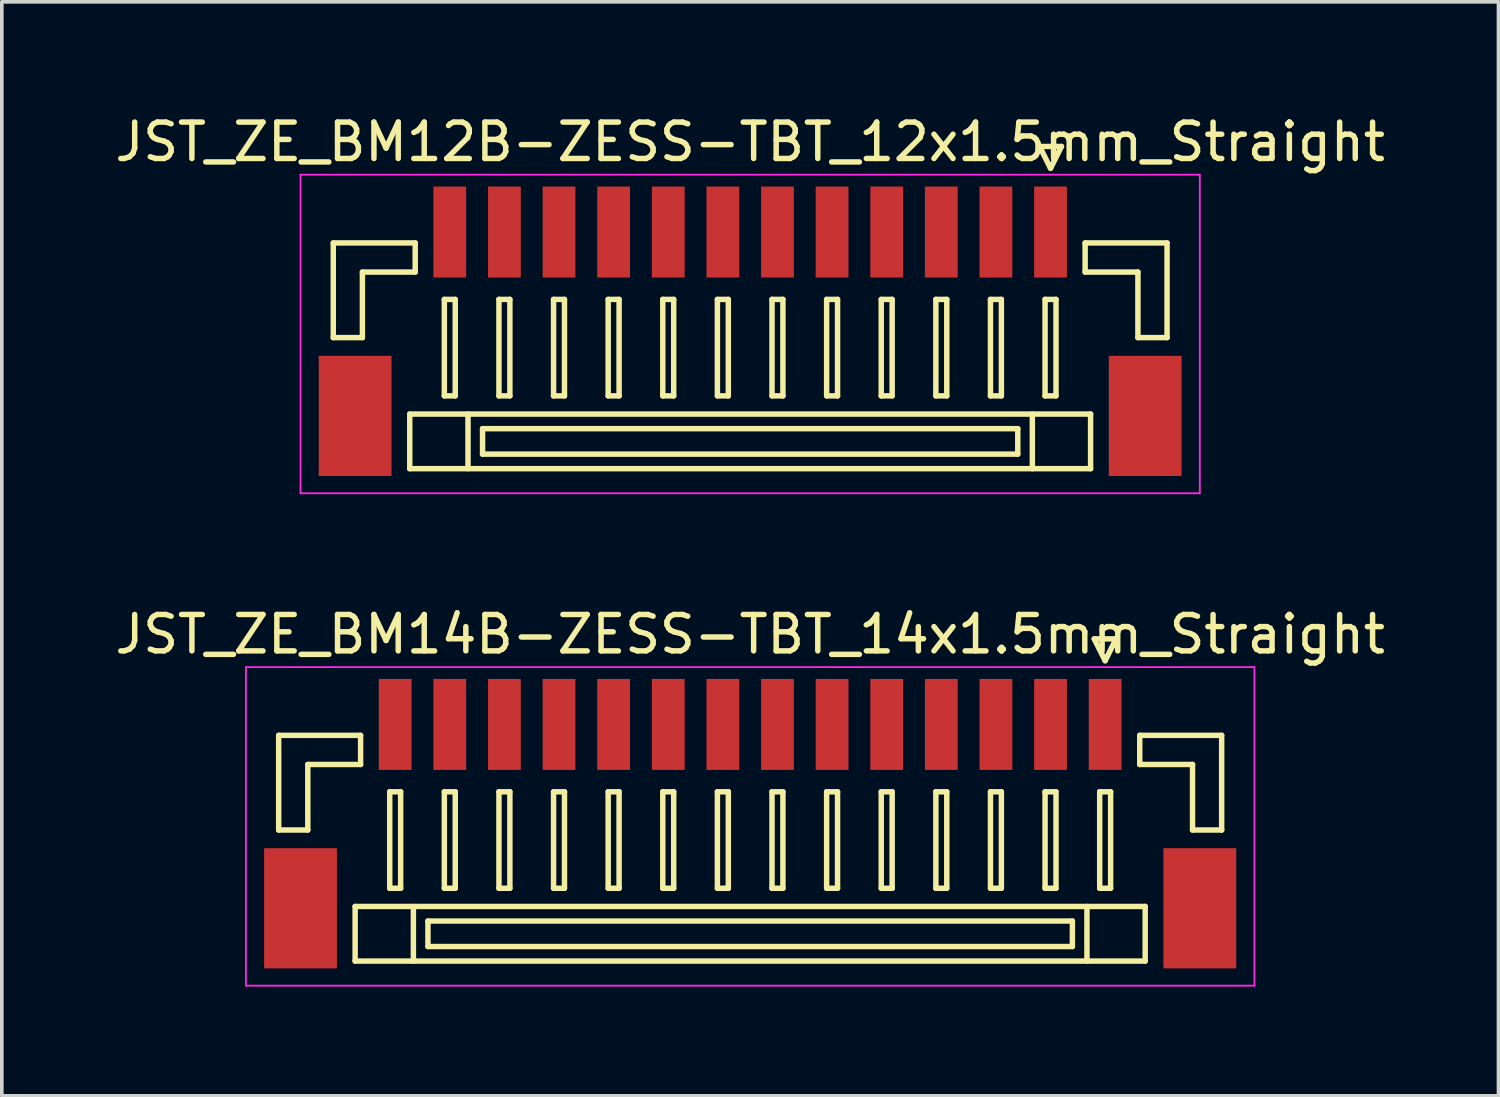
<source format=kicad_pcb>
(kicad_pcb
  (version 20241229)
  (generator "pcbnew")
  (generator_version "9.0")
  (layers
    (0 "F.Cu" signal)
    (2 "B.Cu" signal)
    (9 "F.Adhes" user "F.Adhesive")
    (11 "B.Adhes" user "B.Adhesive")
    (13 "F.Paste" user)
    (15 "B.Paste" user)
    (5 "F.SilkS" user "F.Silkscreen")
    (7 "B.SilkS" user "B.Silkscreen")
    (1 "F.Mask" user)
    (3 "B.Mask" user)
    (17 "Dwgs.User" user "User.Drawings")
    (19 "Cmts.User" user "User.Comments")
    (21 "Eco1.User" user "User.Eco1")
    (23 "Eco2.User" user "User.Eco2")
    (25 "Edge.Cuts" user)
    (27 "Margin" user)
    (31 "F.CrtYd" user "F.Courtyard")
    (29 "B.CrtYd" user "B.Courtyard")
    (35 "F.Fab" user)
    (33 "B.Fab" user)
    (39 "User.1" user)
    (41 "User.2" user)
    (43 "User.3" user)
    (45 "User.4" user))
  (footprint "JST_ZE_BM14B-ZESS-TBT_14x1.5mm_Straight"
    (layer "F.Cu")
    (at 17.554 19.372)
    (property "Reference" "JST_ZE_BM14B-ZESS-TBT_14x1.5mm_Straight" (at 0 -5 0) (layer "F.SilkS") (effects (font (size 1 1) (thickness 0.15))))
    (attr smd)
    (fp_line (start -12.95 -2.225) (end -12.95 0.375) (stroke (width 0.15) (type solid)) (layer "F.SilkS"))
    (fp_line (start -12.95 0.375) (end -12.15 0.375) (stroke (width 0.15) (type solid)) (layer "F.SilkS"))
    (fp_line (start -12.15 -1.425) (end -10.7 -1.425) (stroke (width 0.15) (type solid)) (layer "F.SilkS"))
    (fp_line (start -12.15 0.375) (end -12.15 -1.425) (stroke (width 0.15) (type solid)) (layer "F.SilkS"))
    (fp_line (start -10.85 2.475) (end -10.85 3.975) (stroke (width 0.15) (type solid)) (layer "F.SilkS"))
    (fp_line (start -10.85 3.975) (end 10.85 3.975) (stroke (width 0.15) (type solid)) (layer "F.SilkS"))
    (fp_line (start -10.7 -2.225) (end -12.95 -2.225) (stroke (width 0.15) (type solid)) (layer "F.SilkS"))
    (fp_line (start -10.7 -1.425) (end -10.7 -2.225) (stroke (width 0.15) (type solid)) (layer "F.SilkS"))
    (fp_line (start -9.9 -0.675) (end -9.9 1.975) (stroke (width 0.15) (type solid)) (layer "F.SilkS"))
    (fp_line (start -9.9 1.975) (end -9.6 1.975) (stroke (width 0.15) (type solid)) (layer "F.SilkS"))
    (fp_line (start -9.6 -0.675) (end -9.9 -0.675) (stroke (width 0.15) (type solid)) (layer "F.SilkS"))
    (fp_line (start -9.6 1.975) (end -9.6 -0.675) (stroke (width 0.15) (type solid)) (layer "F.SilkS"))
    (fp_line (start -9.25 2.475) (end -9.25 3.975) (stroke (width 0.15) (type solid)) (layer "F.SilkS"))
    (fp_line (start -8.85 2.875) (end -8.85 3.575) (stroke (width 0.15) (type solid)) (layer "F.SilkS"))
    (fp_line (start -8.85 3.575) (end 8.85 3.575) (stroke (width 0.15) (type solid)) (layer "F.SilkS"))
    (fp_line (start -8.4 -0.675) (end -8.4 1.975) (stroke (width 0.15) (type solid)) (layer "F.SilkS"))
    (fp_line (start -8.4 1.975) (end -8.1 1.975) (stroke (width 0.15) (type solid)) (layer "F.SilkS"))
    (fp_line (start -8.1 -0.675) (end -8.4 -0.675) (stroke (width 0.15) (type solid)) (layer "F.SilkS"))
    (fp_line (start -8.1 1.975) (end -8.1 -0.675) (stroke (width 0.15) (type solid)) (layer "F.SilkS"))
    (fp_line (start -6.9 -0.675) (end -6.9 1.975) (stroke (width 0.15) (type solid)) (layer "F.SilkS"))
    (fp_line (start -6.9 1.975) (end -6.6 1.975) (stroke (width 0.15) (type solid)) (layer "F.SilkS"))
    (fp_line (start -6.6 -0.675) (end -6.9 -0.675) (stroke (width 0.15) (type solid)) (layer "F.SilkS"))
    (fp_line (start -6.6 1.975) (end -6.6 -0.675) (stroke (width 0.15) (type solid)) (layer "F.SilkS"))
    (fp_line (start -5.4 -0.675) (end -5.4 1.975) (stroke (width 0.15) (type solid)) (layer "F.SilkS"))
    (fp_line (start -5.4 1.975) (end -5.1 1.975) (stroke (width 0.15) (type solid)) (layer "F.SilkS"))
    (fp_line (start -5.1 -0.675) (end -5.4 -0.675) (stroke (width 0.15) (type solid)) (layer "F.SilkS"))
    (fp_line (start -5.1 1.975) (end -5.1 -0.675) (stroke (width 0.15) (type solid)) (layer "F.SilkS"))
    (fp_line (start -3.9 -0.675) (end -3.9 1.975) (stroke (width 0.15) (type solid)) (layer "F.SilkS"))
    (fp_line (start -3.9 1.975) (end -3.6 1.975) (stroke (width 0.15) (type solid)) (layer "F.SilkS"))
    (fp_line (start -3.6 -0.675) (end -3.9 -0.675) (stroke (width 0.15) (type solid)) (layer "F.SilkS"))
    (fp_line (start -3.6 1.975) (end -3.6 -0.675) (stroke (width 0.15) (type solid)) (layer "F.SilkS"))
    (fp_line (start -2.4 -0.675) (end -2.4 1.975) (stroke (width 0.15) (type solid)) (layer "F.SilkS"))
    (fp_line (start -2.4 1.975) (end -2.1 1.975) (stroke (width 0.15) (type solid)) (layer "F.SilkS"))
    (fp_line (start -2.1 -0.675) (end -2.4 -0.675) (stroke (width 0.15) (type solid)) (layer "F.SilkS"))
    (fp_line (start -2.1 1.975) (end -2.1 -0.675) (stroke (width 0.15) (type solid)) (layer "F.SilkS"))
    (fp_line (start -0.9 -0.675) (end -0.9 1.975) (stroke (width 0.15) (type solid)) (layer "F.SilkS"))
    (fp_line (start -0.9 1.975) (end -0.6 1.975) (stroke (width 0.15) (type solid)) (layer "F.SilkS"))
    (fp_line (start -0.6 -0.675) (end -0.9 -0.675) (stroke (width 0.15) (type solid)) (layer "F.SilkS"))
    (fp_line (start -0.6 1.975) (end -0.6 -0.675) (stroke (width 0.15) (type solid)) (layer "F.SilkS"))
    (fp_line (start 0.6 -0.675) (end 0.6 1.975) (stroke (width 0.15) (type solid)) (layer "F.SilkS"))
    (fp_line (start 0.6 1.975) (end 0.9 1.975) (stroke (width 0.15) (type solid)) (layer "F.SilkS"))
    (fp_line (start 0.9 -0.675) (end 0.6 -0.675) (stroke (width 0.15) (type solid)) (layer "F.SilkS"))
    (fp_line (start 0.9 1.975) (end 0.9 -0.675) (stroke (width 0.15) (type solid)) (layer "F.SilkS"))
    (fp_line (start 2.1 -0.675) (end 2.1 1.975) (stroke (width 0.15) (type solid)) (layer "F.SilkS"))
    (fp_line (start 2.1 1.975) (end 2.4 1.975) (stroke (width 0.15) (type solid)) (layer "F.SilkS"))
    (fp_line (start 2.4 -0.675) (end 2.1 -0.675) (stroke (width 0.15) (type solid)) (layer "F.SilkS"))
    (fp_line (start 2.4 1.975) (end 2.4 -0.675) (stroke (width 0.15) (type solid)) (layer "F.SilkS"))
    (fp_line (start 3.6 -0.675) (end 3.6 1.975) (stroke (width 0.15) (type solid)) (layer "F.SilkS"))
    (fp_line (start 3.6 1.975) (end 3.9 1.975) (stroke (width 0.15) (type solid)) (layer "F.SilkS"))
    (fp_line (start 3.9 -0.675) (end 3.6 -0.675) (stroke (width 0.15) (type solid)) (layer "F.SilkS"))
    (fp_line (start 3.9 1.975) (end 3.9 -0.675) (stroke (width 0.15) (type solid)) (layer "F.SilkS"))
    (fp_line (start 5.1 -0.675) (end 5.1 1.975) (stroke (width 0.15) (type solid)) (layer "F.SilkS"))
    (fp_line (start 5.1 1.975) (end 5.4 1.975) (stroke (width 0.15) (type solid)) (layer "F.SilkS"))
    (fp_line (start 5.4 -0.675) (end 5.1 -0.675) (stroke (width 0.15) (type solid)) (layer "F.SilkS"))
    (fp_line (start 5.4 1.975) (end 5.4 -0.675) (stroke (width 0.15) (type solid)) (layer "F.SilkS"))
    (fp_line (start 6.6 -0.675) (end 6.6 1.975) (stroke (width 0.15) (type solid)) (layer "F.SilkS"))
    (fp_line (start 6.6 1.975) (end 6.9 1.975) (stroke (width 0.15) (type solid)) (layer "F.SilkS"))
    (fp_line (start 6.9 -0.675) (end 6.6 -0.675) (stroke (width 0.15) (type solid)) (layer "F.SilkS"))
    (fp_line (start 6.9 1.975) (end 6.9 -0.675) (stroke (width 0.15) (type solid)) (layer "F.SilkS"))
    (fp_line (start 8.1 -0.675) (end 8.1 1.975) (stroke (width 0.15) (type solid)) (layer "F.SilkS"))
    (fp_line (start 8.1 1.975) (end 8.4 1.975) (stroke (width 0.15) (type solid)) (layer "F.SilkS"))
    (fp_line (start 8.4 -0.675) (end 8.1 -0.675) (stroke (width 0.15) (type solid)) (layer "F.SilkS"))
    (fp_line (start 8.4 1.975) (end 8.4 -0.675) (stroke (width 0.15) (type solid)) (layer "F.SilkS"))
    (fp_line (start 8.85 2.875) (end -8.85 2.875) (stroke (width 0.15) (type solid)) (layer "F.SilkS"))
    (fp_line (start 8.85 3.575) (end 8.85 2.875) (stroke (width 0.15) (type solid)) (layer "F.SilkS"))
    (fp_line (start 9.25 2.475) (end 9.25 3.975) (stroke (width 0.15) (type solid)) (layer "F.SilkS"))
    (fp_line (start 9.45 -4.875) (end 9.75 -4.275) (stroke (width 0.15) (type solid)) (layer "F.SilkS"))
    (fp_line (start 9.6 -0.675) (end 9.6 1.975) (stroke (width 0.15) (type solid)) (layer "F.SilkS"))
    (fp_line (start 9.6 1.975) (end 9.9 1.975) (stroke (width 0.15) (type solid)) (layer "F.SilkS"))
    (fp_line (start 9.75 -4.275) (end 10.05 -4.875) (stroke (width 0.15) (type solid)) (layer "F.SilkS"))
    (fp_line (start 9.9 -0.675) (end 9.6 -0.675) (stroke (width 0.15) (type solid)) (layer "F.SilkS"))
    (fp_line (start 9.9 1.975) (end 9.9 -0.675) (stroke (width 0.15) (type solid)) (layer "F.SilkS"))
    (fp_line (start 10.05 -4.875) (end 9.45 -4.875) (stroke (width 0.15) (type solid)) (layer "F.SilkS"))
    (fp_line (start 10.7 -2.225) (end 12.95 -2.225) (stroke (width 0.15) (type solid)) (layer "F.SilkS"))
    (fp_line (start 10.7 -1.425) (end 10.7 -2.225) (stroke (width 0.15) (type solid)) (layer "F.SilkS"))
    (fp_line (start 10.85 2.475) (end -10.85 2.475) (stroke (width 0.15) (type solid)) (layer "F.SilkS"))
    (fp_line (start 10.85 3.975) (end 10.85 2.475) (stroke (width 0.15) (type solid)) (layer "F.SilkS"))
    (fp_line (start 12.15 -1.425) (end 10.7 -1.425) (stroke (width 0.15) (type solid)) (layer "F.SilkS"))
    (fp_line (start 12.15 0.375) (end 12.15 -1.425) (stroke (width 0.15) (type solid)) (layer "F.SilkS"))
    (fp_line (start 12.95 -2.225) (end 12.95 0.375) (stroke (width 0.15) (type solid)) (layer "F.SilkS"))
    (fp_line (start 12.95 0.375) (end 12.15 0.375) (stroke (width 0.15) (type solid)) (layer "F.SilkS"))
    (fp_line (start -13.85 -4.1) (end -13.85 4.65) (stroke (width 0.05) (type solid)) (layer "F.CrtYd"))
    (fp_line (start -13.85 4.65) (end 13.85 4.65) (stroke (width 0.05) (type solid)) (layer "F.CrtYd"))
    (fp_line (start 13.85 -4.1) (end -13.85 -4.1) (stroke (width 0.05) (type solid)) (layer "F.CrtYd"))
    (fp_line (start 13.85 4.65) (end 13.85 -4.1) (stroke (width 0.05) (type solid)) (layer "F.CrtYd"))
    (pad "" smd rect (at -12.35 2.525) (size 2 3.3) (layers "F.Cu" "F.Mask" "F.Paste"))
    (pad "" smd rect (at 12.35 2.525) (size 2 3.3) (layers "F.Cu" "F.Mask" "F.Paste"))
    (pad "1" smd rect (at 9.75 -2.525) (size 0.9 2.5) (layers "F.Cu" "F.Mask" "F.Paste"))
    (pad "2" smd rect (at 8.25 -2.525) (size 0.9 2.5) (layers "F.Cu" "F.Mask" "F.Paste"))
    (pad "3" smd rect (at 6.75 -2.525) (size 0.9 2.5) (layers "F.Cu" "F.Mask" "F.Paste"))
    (pad "4" smd rect (at 5.25 -2.525) (size 0.9 2.5) (layers "F.Cu" "F.Mask" "F.Paste"))
    (pad "5" smd rect (at 3.75 -2.525) (size 0.9 2.5) (layers "F.Cu" "F.Mask" "F.Paste"))
    (pad "6" smd rect (at 2.25 -2.525) (size 0.9 2.5) (layers "F.Cu" "F.Mask" "F.Paste"))
    (pad "7" smd rect (at 0.75 -2.525) (size 0.9 2.5) (layers "F.Cu" "F.Mask" "F.Paste"))
    (pad "8" smd rect (at -0.75 -2.525) (size 0.9 2.5) (layers "F.Cu" "F.Mask" "F.Paste"))
    (pad "9" smd rect (at -2.25 -2.525) (size 0.9 2.5) (layers "F.Cu" "F.Mask" "F.Paste"))
    (pad "10" smd rect (at -3.75 -2.525) (size 0.9 2.5) (layers "F.Cu" "F.Mask" "F.Paste"))
    (pad "11" smd rect (at -5.25 -2.525) (size 0.9 2.5) (layers "F.Cu" "F.Mask" "F.Paste"))
    (pad "12" smd rect (at -6.75 -2.525) (size 0.9 2.5) (layers "F.Cu" "F.Mask" "F.Paste"))
    (pad "13" smd rect (at -8.25 -2.525) (size 0.9 2.5) (layers "F.Cu" "F.Mask" "F.Paste"))
    (pad "14" smd rect (at -9.75 -2.525) (size 0.9 2.5) (layers "F.Cu" "F.Mask" "F.Paste")))
  (footprint "JST_ZE_BM12B-ZESS-TBT_12x1.5mm_Straight"
    (layer "F.Cu")
    (at 17.554 5.848)
    (property "Reference" "JST_ZE_BM12B-ZESS-TBT_12x1.5mm_Straight" (at 0 -5 0) (layer "F.SilkS") (effects (font (size 1 1) (thickness 0.15))))
    (attr smd)
    (fp_line (start -11.45 -2.225) (end -11.45 0.375) (stroke (width 0.15) (type solid)) (layer "F.SilkS"))
    (fp_line (start -11.45 0.375) (end -10.65 0.375) (stroke (width 0.15) (type solid)) (layer "F.SilkS"))
    (fp_line (start -10.65 -1.425) (end -9.2 -1.425) (stroke (width 0.15) (type solid)) (layer "F.SilkS"))
    (fp_line (start -10.65 0.375) (end -10.65 -1.425) (stroke (width 0.15) (type solid)) (layer "F.SilkS"))
    (fp_line (start -9.35 2.475) (end -9.35 3.975) (stroke (width 0.15) (type solid)) (layer "F.SilkS"))
    (fp_line (start -9.35 3.975) (end 9.35 3.975) (stroke (width 0.15) (type solid)) (layer "F.SilkS"))
    (fp_line (start -9.2 -2.225) (end -11.45 -2.225) (stroke (width 0.15) (type solid)) (layer "F.SilkS"))
    (fp_line (start -9.2 -1.425) (end -9.2 -2.225) (stroke (width 0.15) (type solid)) (layer "F.SilkS"))
    (fp_line (start -8.4 -0.675) (end -8.4 1.975) (stroke (width 0.15) (type solid)) (layer "F.SilkS"))
    (fp_line (start -8.4 1.975) (end -8.1 1.975) (stroke (width 0.15) (type solid)) (layer "F.SilkS"))
    (fp_line (start -8.1 -0.675) (end -8.4 -0.675) (stroke (width 0.15) (type solid)) (layer "F.SilkS"))
    (fp_line (start -8.1 1.975) (end -8.1 -0.675) (stroke (width 0.15) (type solid)) (layer "F.SilkS"))
    (fp_line (start -7.75 2.475) (end -7.75 3.975) (stroke (width 0.15) (type solid)) (layer "F.SilkS"))
    (fp_line (start -7.35 2.875) (end -7.35 3.575) (stroke (width 0.15) (type solid)) (layer "F.SilkS"))
    (fp_line (start -7.35 3.575) (end 7.35 3.575) (stroke (width 0.15) (type solid)) (layer "F.SilkS"))
    (fp_line (start -6.9 -0.675) (end -6.9 1.975) (stroke (width 0.15) (type solid)) (layer "F.SilkS"))
    (fp_line (start -6.9 1.975) (end -6.6 1.975) (stroke (width 0.15) (type solid)) (layer "F.SilkS"))
    (fp_line (start -6.6 -0.675) (end -6.9 -0.675) (stroke (width 0.15) (type solid)) (layer "F.SilkS"))
    (fp_line (start -6.6 1.975) (end -6.6 -0.675) (stroke (width 0.15) (type solid)) (layer "F.SilkS"))
    (fp_line (start -5.4 -0.675) (end -5.4 1.975) (stroke (width 0.15) (type solid)) (layer "F.SilkS"))
    (fp_line (start -5.4 1.975) (end -5.1 1.975) (stroke (width 0.15) (type solid)) (layer "F.SilkS"))
    (fp_line (start -5.1 -0.675) (end -5.4 -0.675) (stroke (width 0.15) (type solid)) (layer "F.SilkS"))
    (fp_line (start -5.1 1.975) (end -5.1 -0.675) (stroke (width 0.15) (type solid)) (layer "F.SilkS"))
    (fp_line (start -3.9 -0.675) (end -3.9 1.975) (stroke (width 0.15) (type solid)) (layer "F.SilkS"))
    (fp_line (start -3.9 1.975) (end -3.6 1.975) (stroke (width 0.15) (type solid)) (layer "F.SilkS"))
    (fp_line (start -3.6 -0.675) (end -3.9 -0.675) (stroke (width 0.15) (type solid)) (layer "F.SilkS"))
    (fp_line (start -3.6 1.975) (end -3.6 -0.675) (stroke (width 0.15) (type solid)) (layer "F.SilkS"))
    (fp_line (start -2.4 -0.675) (end -2.4 1.975) (stroke (width 0.15) (type solid)) (layer "F.SilkS"))
    (fp_line (start -2.4 1.975) (end -2.1 1.975) (stroke (width 0.15) (type solid)) (layer "F.SilkS"))
    (fp_line (start -2.1 -0.675) (end -2.4 -0.675) (stroke (width 0.15) (type solid)) (layer "F.SilkS"))
    (fp_line (start -2.1 1.975) (end -2.1 -0.675) (stroke (width 0.15) (type solid)) (layer "F.SilkS"))
    (fp_line (start -0.9 -0.675) (end -0.9 1.975) (stroke (width 0.15) (type solid)) (layer "F.SilkS"))
    (fp_line (start -0.9 1.975) (end -0.6 1.975) (stroke (width 0.15) (type solid)) (layer "F.SilkS"))
    (fp_line (start -0.6 -0.675) (end -0.9 -0.675) (stroke (width 0.15) (type solid)) (layer "F.SilkS"))
    (fp_line (start -0.6 1.975) (end -0.6 -0.675) (stroke (width 0.15) (type solid)) (layer "F.SilkS"))
    (fp_line (start 0.6 -0.675) (end 0.6 1.975) (stroke (width 0.15) (type solid)) (layer "F.SilkS"))
    (fp_line (start 0.6 1.975) (end 0.9 1.975) (stroke (width 0.15) (type solid)) (layer "F.SilkS"))
    (fp_line (start 0.9 -0.675) (end 0.6 -0.675) (stroke (width 0.15) (type solid)) (layer "F.SilkS"))
    (fp_line (start 0.9 1.975) (end 0.9 -0.675) (stroke (width 0.15) (type solid)) (layer "F.SilkS"))
    (fp_line (start 2.1 -0.675) (end 2.1 1.975) (stroke (width 0.15) (type solid)) (layer "F.SilkS"))
    (fp_line (start 2.1 1.975) (end 2.4 1.975) (stroke (width 0.15) (type solid)) (layer "F.SilkS"))
    (fp_line (start 2.4 -0.675) (end 2.1 -0.675) (stroke (width 0.15) (type solid)) (layer "F.SilkS"))
    (fp_line (start 2.4 1.975) (end 2.4 -0.675) (stroke (width 0.15) (type solid)) (layer "F.SilkS"))
    (fp_line (start 3.6 -0.675) (end 3.6 1.975) (stroke (width 0.15) (type solid)) (layer "F.SilkS"))
    (fp_line (start 3.6 1.975) (end 3.9 1.975) (stroke (width 0.15) (type solid)) (layer "F.SilkS"))
    (fp_line (start 3.9 -0.675) (end 3.6 -0.675) (stroke (width 0.15) (type solid)) (layer "F.SilkS"))
    (fp_line (start 3.9 1.975) (end 3.9 -0.675) (stroke (width 0.15) (type solid)) (layer "F.SilkS"))
    (fp_line (start 5.1 -0.675) (end 5.1 1.975) (stroke (width 0.15) (type solid)) (layer "F.SilkS"))
    (fp_line (start 5.1 1.975) (end 5.4 1.975) (stroke (width 0.15) (type solid)) (layer "F.SilkS"))
    (fp_line (start 5.4 -0.675) (end 5.1 -0.675) (stroke (width 0.15) (type solid)) (layer "F.SilkS"))
    (fp_line (start 5.4 1.975) (end 5.4 -0.675) (stroke (width 0.15) (type solid)) (layer "F.SilkS"))
    (fp_line (start 6.6 -0.675) (end 6.6 1.975) (stroke (width 0.15) (type solid)) (layer "F.SilkS"))
    (fp_line (start 6.6 1.975) (end 6.9 1.975) (stroke (width 0.15) (type solid)) (layer "F.SilkS"))
    (fp_line (start 6.9 -0.675) (end 6.6 -0.675) (stroke (width 0.15) (type solid)) (layer "F.SilkS"))
    (fp_line (start 6.9 1.975) (end 6.9 -0.675) (stroke (width 0.15) (type solid)) (layer "F.SilkS"))
    (fp_line (start 7.35 2.875) (end -7.35 2.875) (stroke (width 0.15) (type solid)) (layer "F.SilkS"))
    (fp_line (start 7.35 3.575) (end 7.35 2.875) (stroke (width 0.15) (type solid)) (layer "F.SilkS"))
    (fp_line (start 7.75 2.475) (end 7.75 3.975) (stroke (width 0.15) (type solid)) (layer "F.SilkS"))
    (fp_line (start 7.95 -4.875) (end 8.25 -4.275) (stroke (width 0.15) (type solid)) (layer "F.SilkS"))
    (fp_line (start 8.1 -0.675) (end 8.1 1.975) (stroke (width 0.15) (type solid)) (layer "F.SilkS"))
    (fp_line (start 8.1 1.975) (end 8.4 1.975) (stroke (width 0.15) (type solid)) (layer "F.SilkS"))
    (fp_line (start 8.25 -4.275) (end 8.55 -4.875) (stroke (width 0.15) (type solid)) (layer "F.SilkS"))
    (fp_line (start 8.4 -0.675) (end 8.1 -0.675) (stroke (width 0.15) (type solid)) (layer "F.SilkS"))
    (fp_line (start 8.4 1.975) (end 8.4 -0.675) (stroke (width 0.15) (type solid)) (layer "F.SilkS"))
    (fp_line (start 8.55 -4.875) (end 7.95 -4.875) (stroke (width 0.15) (type solid)) (layer "F.SilkS"))
    (fp_line (start 9.2 -2.225) (end 11.45 -2.225) (stroke (width 0.15) (type solid)) (layer "F.SilkS"))
    (fp_line (start 9.2 -1.425) (end 9.2 -2.225) (stroke (width 0.15) (type solid)) (layer "F.SilkS"))
    (fp_line (start 9.35 2.475) (end -9.35 2.475) (stroke (width 0.15) (type solid)) (layer "F.SilkS"))
    (fp_line (start 9.35 3.975) (end 9.35 2.475) (stroke (width 0.15) (type solid)) (layer "F.SilkS"))
    (fp_line (start 10.65 -1.425) (end 9.2 -1.425) (stroke (width 0.15) (type solid)) (layer "F.SilkS"))
    (fp_line (start 10.65 0.375) (end 10.65 -1.425) (stroke (width 0.15) (type solid)) (layer "F.SilkS"))
    (fp_line (start 11.45 -2.225) (end 11.45 0.375) (stroke (width 0.15) (type solid)) (layer "F.SilkS"))
    (fp_line (start 11.45 0.375) (end 10.65 0.375) (stroke (width 0.15) (type solid)) (layer "F.SilkS"))
    (fp_line (start -12.35 -4.1) (end -12.35 4.65) (stroke (width 0.05) (type solid)) (layer "F.CrtYd"))
    (fp_line (start -12.35 4.65) (end 12.35 4.65) (stroke (width 0.05) (type solid)) (layer "F.CrtYd"))
    (fp_line (start 12.35 -4.1) (end -12.35 -4.1) (stroke (width 0.05) (type solid)) (layer "F.CrtYd"))
    (fp_line (start 12.35 4.65) (end 12.35 -4.1) (stroke (width 0.05) (type solid)) (layer "F.CrtYd"))
    (pad "" smd rect (at -10.85 2.525) (size 2 3.3) (layers "F.Cu" "F.Mask" "F.Paste"))
    (pad "" smd rect (at 10.85 2.525) (size 2 3.3) (layers "F.Cu" "F.Mask" "F.Paste"))
    (pad "1" smd rect (at 8.25 -2.525) (size 0.9 2.5) (layers "F.Cu" "F.Mask" "F.Paste"))
    (pad "2" smd rect (at 6.75 -2.525) (size 0.9 2.5) (layers "F.Cu" "F.Mask" "F.Paste"))
    (pad "3" smd rect (at 5.25 -2.525) (size 0.9 2.5) (layers "F.Cu" "F.Mask" "F.Paste"))
    (pad "4" smd rect (at 3.75 -2.525) (size 0.9 2.5) (layers "F.Cu" "F.Mask" "F.Paste"))
    (pad "5" smd rect (at 2.25 -2.525) (size 0.9 2.5) (layers "F.Cu" "F.Mask" "F.Paste"))
    (pad "6" smd rect (at 0.75 -2.525) (size 0.9 2.5) (layers "F.Cu" "F.Mask" "F.Paste"))
    (pad "7" smd rect (at -0.75 -2.525) (size 0.9 2.5) (layers "F.Cu" "F.Mask" "F.Paste"))
    (pad "8" smd rect (at -2.25 -2.525) (size 0.9 2.5) (layers "F.Cu" "F.Mask" "F.Paste"))
    (pad "9" smd rect (at -3.75 -2.525) (size 0.9 2.5) (layers "F.Cu" "F.Mask" "F.Paste"))
    (pad "10" smd rect (at -5.25 -2.525) (size 0.9 2.5) (layers "F.Cu" "F.Mask" "F.Paste"))
    (pad "11" smd rect (at -6.75 -2.525) (size 0.9 2.5) (layers "F.Cu" "F.Mask" "F.Paste"))
    (pad "12" smd rect (at -8.25 -2.525) (size 0.9 2.5) (layers "F.Cu" "F.Mask" "F.Paste")))
  (gr_rect
    (start -3 -3)
    (end 38.107 27.047)
    (stroke (width 0.1) (type default))
    (fill no)
    (layer "Edge.Cuts")))
</source>
